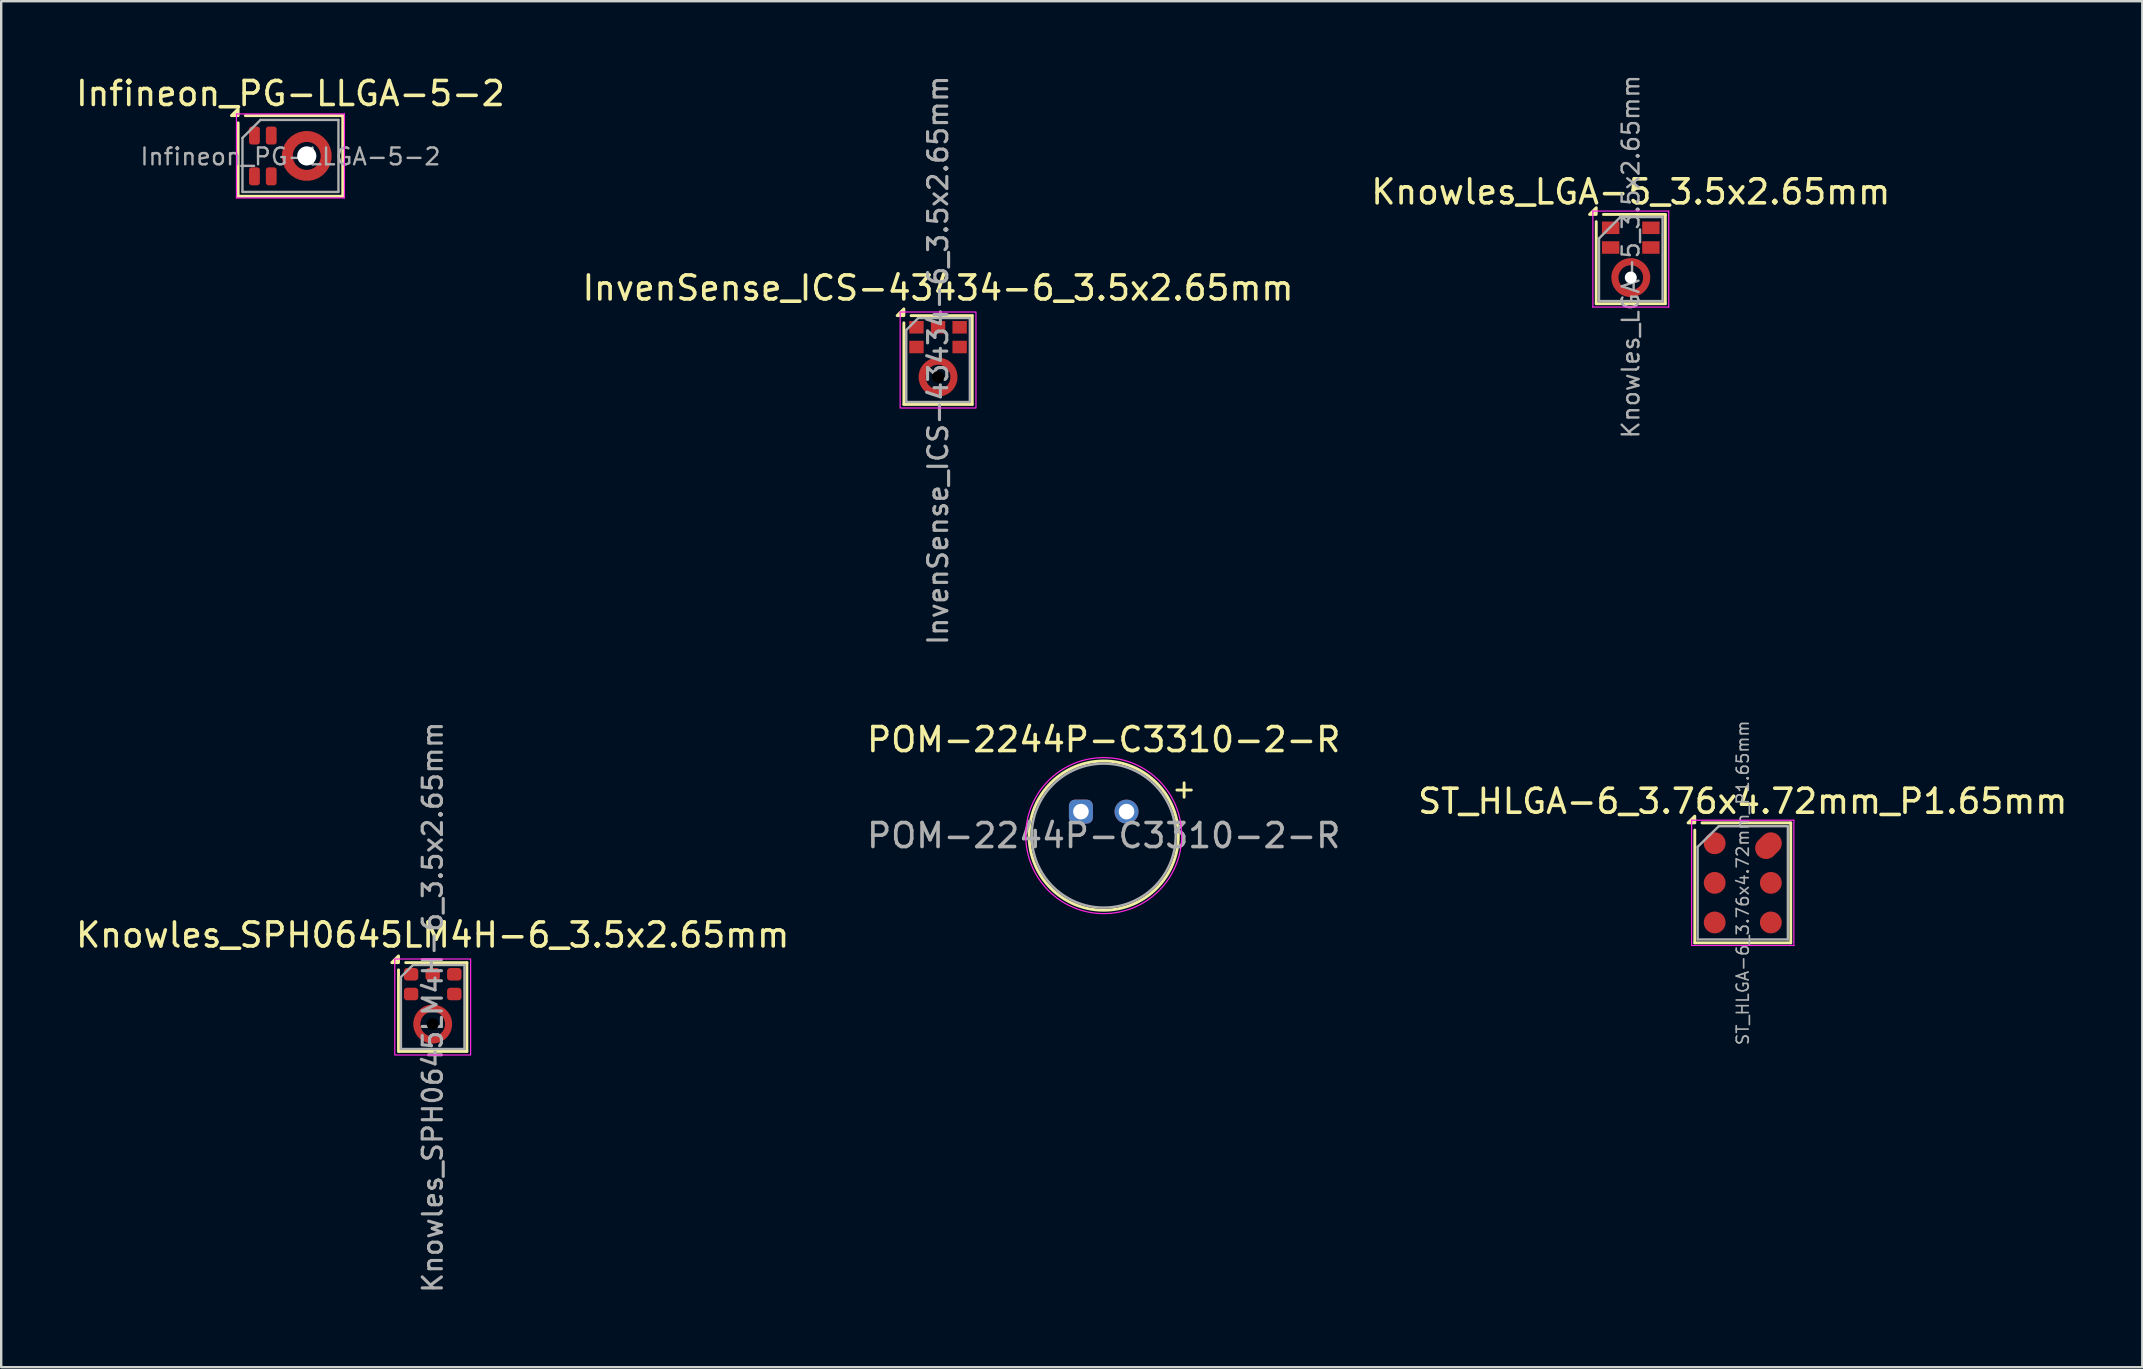
<source format=kicad_pcb>
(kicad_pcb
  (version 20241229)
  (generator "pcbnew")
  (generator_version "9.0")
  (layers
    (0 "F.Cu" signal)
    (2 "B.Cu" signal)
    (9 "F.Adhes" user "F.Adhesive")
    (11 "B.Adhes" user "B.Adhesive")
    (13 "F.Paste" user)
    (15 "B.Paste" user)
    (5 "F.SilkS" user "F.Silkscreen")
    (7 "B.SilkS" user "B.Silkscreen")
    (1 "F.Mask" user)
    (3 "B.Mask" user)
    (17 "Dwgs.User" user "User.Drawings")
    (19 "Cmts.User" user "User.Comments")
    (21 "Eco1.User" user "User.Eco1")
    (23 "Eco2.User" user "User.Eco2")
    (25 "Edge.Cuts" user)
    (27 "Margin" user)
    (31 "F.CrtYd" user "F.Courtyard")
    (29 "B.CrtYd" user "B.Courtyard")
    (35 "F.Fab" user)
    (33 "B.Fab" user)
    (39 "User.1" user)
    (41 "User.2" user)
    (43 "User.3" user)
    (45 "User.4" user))
  (footprint "InvenSense_ICS-43434-6_3.5x2.65mm"
    (layer "F.Cu")
    (at 36.042 11.953)
    (property "Reference" "InvenSense_ICS-43434-6_3.5x2.65mm" (at 0 -3 0) (unlocked yes) (layer "F.SilkS") (effects (font (size 1 1) (thickness 0.15))))
    (attr smd)
    (fp_line (start -1.425 1.85) (end -1.425 -1.55) (stroke (width 0.12) (type default)) (layer "F.SilkS"))
    (fp_line (start -1.125 -1.85) (end 1.425 -1.85) (stroke (width 0.12) (type default)) (layer "F.SilkS"))
    (fp_line (start 1.425 -1.85) (end 1.425 1.85) (stroke (width 0.12) (type default)) (layer "F.SilkS"))
    (fp_line (start 1.425 1.85) (end -1.425 1.85) (stroke (width 0.12) (type default)) (layer "F.SilkS"))
    (fp_poly (pts (xy -1.425 -1.85) (xy -1.705 -1.85) (xy -1.425 -2.13) (xy -1.425 -1.85)) (stroke (width 0.12) (type solid)) (fill yes) (layer "F.SilkS"))
    (fp_rect (start -1.15 -1.575) (end -0.65 -1.153) (stroke (width 0) (type solid)) (fill yes) (layer "F.Paste"))
    (fp_rect (start -0.65 -0.753) (end -1.15 -0.331) (stroke (width 0) (type solid)) (fill yes) (layer "F.Paste"))
    (fp_rect (start -0.25 -1.575) (end 0.25 -1.153) (stroke (width 0) (type solid)) (fill yes) (layer "F.Paste"))
    (fp_rect (start 0.65 -0.753) (end 1.15 -0.331) (stroke (width 0) (type solid)) (fill yes) (layer "F.Paste"))
    (fp_rect (start 1.15 -1.575) (end 0.65 -1.153) (stroke (width 0) (type solid)) (fill yes) (layer "F.Paste"))
    (fp_poly (pts (xy -0.811 0.66) (xy -0.783 0.494) (xy -0.723 0.338) (xy -0.631 0.198) (xy -0.512 0.079) (xy -0.372 -0.013) (xy -0.215 -0.073) (xy -0.05 -0.101) (xy -0.05 0.15) (xy -0.16 0.171) (xy -0.263 0.213) (xy -0.356 0.275) (xy -0.435 0.354) (xy -0.497 0.447) (xy -0.539 0.55) (xy -0.56 0.66)) (stroke (width 0) (type solid)) (fill yes) (layer "F.Paste"))
    (fp_poly (pts (xy -0.05 1.521) (xy -0.215 1.493) (xy -0.372 1.433) (xy -0.512 1.341) (xy -0.631 1.222) (xy -0.723 1.082) (xy -0.783 0.925) (xy -0.811 0.76) (xy -0.56 0.76) (xy -0.539 0.87) (xy -0.497 0.973) (xy -0.435 1.066) (xy -0.356 1.145) (xy -0.263 1.207) (xy -0.16 1.249) (xy -0.05 1.27)) (stroke (width 0) (type solid)) (fill yes) (layer "F.Paste"))
    (fp_poly (pts (xy 0.05 -0.101) (xy 0.215 -0.073) (xy 0.372 -0.013) (xy 0.512 0.079) (xy 0.631 0.198) (xy 0.723 0.338) (xy 0.783 0.494) (xy 0.811 0.66) (xy 0.56 0.66) (xy 0.539 0.55) (xy 0.497 0.447) (xy 0.435 0.354) (xy 0.356 0.275) (xy 0.263 0.213) (xy 0.16 0.171) (xy 0.05 0.15)) (stroke (width 0) (type solid)) (fill yes) (layer "F.Paste"))
    (fp_poly (pts (xy 0.811 0.76) (xy 0.783 0.925) (xy 0.723 1.082) (xy 0.631 1.222) (xy 0.512 1.341) (xy 0.372 1.433) (xy 0.215 1.493) (xy 0.05 1.521) (xy 0.05 1.27) (xy 0.16 1.249) (xy 0.263 1.207) (xy 0.356 1.145) (xy 0.435 1.066) (xy 0.497 0.973) (xy 0.539 0.87) (xy 0.56 0.76)) (stroke (width 0) (type solid)) (fill yes) (layer "F.Paste"))
    (fp_rect (start -1.58 -2) (end 1.58 2) (stroke (width 0.05) (type solid)) (fill no) (layer "F.CrtYd"))
    (fp_line (start -1.325 -1.25) (end -1.325 1.75) (stroke (width 0.1) (type solid)) (layer "F.Fab"))
    (fp_line (start -1.325 1.75) (end 1.325 1.75) (stroke (width 0.1) (type solid)) (layer "F.Fab"))
    (fp_line (start -0.825 -1.75) (end -1.325 -1.25) (stroke (width 0.1) (type solid)) (layer "F.Fab"))
    (fp_line (start 1.325 -1.75) (end -0.825 -1.75) (stroke (width 0.1) (type solid)) (layer "F.Fab"))
    (fp_line (start 1.325 1.75) (end 1.325 -1.75) (stroke (width 0.1) (type solid)) (layer "F.Fab"))
    (fp_text user "${REFERENCE}" (at 0 0.01 90) (unlocked yes) (layer "F.Fab") (effects (font (size 0.8 0.8) (thickness 0.13))))
    (pad "" np_thru_hole circle (at 0 0.71) (size 0.5 0.5) (drill 0.5) (layers "*.Mask"))
    (pad "1" smd rect (at -0.9 -1.364) (size 0.6 0.522) (layers "F.Cu" "F.Mask"))
    (pad "2" smd rect (at -0.9 -0.542) (size 0.6 0.522) (layers "F.Cu" "F.Mask"))
    (pad "3" smd custom (at 0.662 0.71 90) (size 0.3 0.3) (layers "F.Cu" "F.Mask") (options (anchor circle)) (primitives (gr_circle (center 0 -0.662) (end 0.662 -0.662) (width 0.3) (fill no))))
    (pad "4" smd rect (at 0.9 -0.542) (size 0.6 0.522) (layers "F.Cu" "F.Mask"))
    (pad "5" smd rect (at 0.9 -1.364) (size 0.6 0.522) (layers "F.Cu" "F.Mask"))
    (pad "6" smd rect (at 0 -1.364) (size 0.6 0.522) (layers "F.Cu" "F.Mask")))
  (footprint "ST_HLGA-6_3.76x4.72mm_P1.65mm"
    (layer "F.Cu")
    (at 69.577 33.742)
    (property "Reference" "ST_HLGA-6_3.76x4.72mm_P1.65mm" (at 0 -3.4 0) (layer "F.SilkS") (effects (font (size 1 1) (thickness 0.15))))
    (attr smd)
    (fp_line (start -2 -2.2) (end -2 2.5) (stroke (width 0.12) (type solid)) (layer "F.SilkS"))
    (fp_line (start 2 -2.5) (end -1.7 -2.5) (stroke (width 0.12) (type solid)) (layer "F.SilkS"))
    (fp_line (start 2 -2.5) (end 2 2.5) (stroke (width 0.12) (type solid)) (layer "F.SilkS"))
    (fp_line (start 2 2.5) (end -2 2.5) (stroke (width 0.12) (type solid)) (layer "F.SilkS"))
    (fp_poly (pts (xy -2 -2.5) (xy -2.28 -2.5) (xy -2 -2.78) (xy -2 -2.5)) (stroke (width 0.12) (type solid)) (fill yes) (layer "F.SilkS"))
    (fp_line (start -2.13 -2.61) (end 2.13 -2.61) (stroke (width 0.05) (type solid)) (layer "F.CrtYd"))
    (fp_line (start -2.13 2.61) (end -2.13 -2.61) (stroke (width 0.05) (type solid)) (layer "F.CrtYd"))
    (fp_line (start 2.13 -2.61) (end 2.13 2.61) (stroke (width 0.05) (type solid)) (layer "F.CrtYd"))
    (fp_line (start 2.13 2.61) (end -2.13 2.61) (stroke (width 0.05) (type solid)) (layer "F.CrtYd"))
    (fp_line (start -1.88 2.36) (end -1.88 -1.5) (stroke (width 0.1) (type solid)) (layer "F.Fab"))
    (fp_line (start -1 -2.36) (end -1.88 -1.5) (stroke (width 0.1) (type solid)) (layer "F.Fab"))
    (fp_line (start -1 -2.36) (end 1.88 -2.36) (stroke (width 0.1) (type solid)) (layer "F.Fab"))
    (fp_line (start 1.88 -2.36) (end 1.88 2.36) (stroke (width 0.1) (type solid)) (layer "F.Fab"))
    (fp_line (start 1.88 2.36) (end -1.88 2.36) (stroke (width 0.1) (type solid)) (layer "F.Fab"))
    (fp_text user "${REFERENCE}" (at 0 0 90) (layer "F.Fab") (effects (font (size 0.5 0.5) (thickness 0.07))))
    (pad "1" smd circle (at -1.17 -1.65) (size 0.91 0.91) (layers "F.Cu" "F.Mask" "F.Paste"))
    (pad "2" smd circle (at -1.17 0) (size 0.91 0.91) (layers "F.Cu" "F.Mask" "F.Paste"))
    (pad "3" smd circle (at -1.17 1.65) (size 0.91 0.91) (layers "F.Cu" "F.Mask" "F.Paste"))
    (pad "4" smd circle (at 1.17 1.65) (size 0.91 0.91) (layers "F.Cu" "F.Mask" "F.Paste"))
    (pad "5" smd circle (at 1.17 0) (size 0.91 0.91) (layers "F.Cu" "F.Mask" "F.Paste"))
    (pad "6" smd oval (at 1.17 -1.65 45) (size 1.193 0.91) (drill (offset -0.141 0)) (layers "F.Cu" "F.Mask" "F.Paste")))
  (footprint "POM-2244P-C3310-2-R"
    (layer "F.Cu")
    (at 41.996 30.773)
    (property "Reference" "POM-2244P-C3310-2-R" (at 0.95 -3 0) (layer "F.SilkS") (effects (font (size 1 1) (thickness 0.15))))
    (attr through_hole)
    (fp_line (start 4.3 -1.2) (end 4.3 -0.6) (stroke (width 0.12) (type default)) (layer "F.SilkS"))
    (fp_line (start 4.3 -0.9) (end 4 -0.9) (stroke (width 0.12) (type default)) (layer "F.SilkS"))
    (fp_line (start 4.3 -0.9) (end 4.6 -0.9) (stroke (width 0.12) (type default)) (layer "F.SilkS"))
    (fp_circle (center 0.95 1) (end 4.06 1) (stroke (width 0.12) (type default)) (fill no) (layer "F.SilkS"))
    (fp_circle (center 0.95 1) (end 4.2 1) (stroke (width 0.05) (type default)) (fill no) (layer "F.CrtYd"))
    (fp_circle (center 0.95 1) (end 0.95 -2) (stroke (width 0.1) (type default)) (fill no) (layer "F.Fab"))
    (fp_text user "${REFERENCE}" (at 0.95 1 0) (layer "F.Fab") (effects (font (size 1 1) (thickness 0.15))))
    (pad "1" thru_hole roundrect (at 0 0) (size 1 1) (drill 0.65) (layers "*.Cu" "*.Mask") (roundrect_rratio 0.25))
    (pad "2" thru_hole circle (at 1.9 0) (size 1 1) (drill 0.65) (layers "*.Cu" "*.Mask")))
  (footprint "Knowles_SPH0645LM4H-6_3.5x2.65mm"
    (layer "F.Cu")
    (at 14.982 38.916)
    (property "Reference" "Knowles_SPH0645LM4H-6_3.5x2.65mm" (at 0 -3 0) (unlocked yes) (layer "F.SilkS") (effects (font (size 1 1) (thickness 0.15))))
    (attr smd)
    (fp_line (start -1.425 1.85) (end -1.425 -1.55) (stroke (width 0.12) (type default)) (layer "F.SilkS"))
    (fp_line (start -1.125 -1.85) (end 1.425 -1.85) (stroke (width 0.12) (type default)) (layer "F.SilkS"))
    (fp_line (start 1.425 -1.85) (end 1.425 1.85) (stroke (width 0.12) (type default)) (layer "F.SilkS"))
    (fp_line (start 1.425 1.85) (end -1.425 1.85) (stroke (width 0.12) (type default)) (layer "F.SilkS"))
    (fp_poly (pts (xy -1.425 -1.85) (xy -1.705 -1.85) (xy -1.425 -2.13) (xy -1.425 -1.85)) (stroke (width 0.12) (type solid)) (fill yes) (layer "F.SilkS"))
    (fp_poly (pts (xy -0.641 1.209) (xy -0.723 1.08) (xy -0.78 0.937) (xy -0.809 0.787) (xy -0.809 0.633) (xy -0.78 0.483) (xy -0.723 0.34) (xy -0.641 0.211) (xy -0.426 0.425) (xy -0.468 0.501) (xy -0.496 0.582) (xy -0.511 0.667) (xy -0.511 0.753) (xy -0.496 0.838) (xy -0.468 0.919) (xy -0.426 0.995)) (stroke (width 0) (type solid)) (fill yes) (layer "F.Paste"))
    (fp_poly (pts (xy -0.499 0.069) (xy -0.37 -0.013) (xy -0.227 -0.07) (xy -0.077 -0.099) (xy 0.077 -0.099) (xy 0.227 -0.07) (xy 0.37 -0.013) (xy 0.499 0.069) (xy 0.285 0.284) (xy 0.209 0.242) (xy 0.128 0.214) (xy 0.043 0.199) (xy -0.043 0.199) (xy -0.128 0.214) (xy -0.209 0.242) (xy -0.285 0.284)) (stroke (width 0) (type solid)) (fill yes) (layer "F.Paste"))
    (fp_poly (pts (xy 0.499 1.351) (xy 0.37 1.433) (xy 0.227 1.49) (xy 0.077 1.519) (xy -0.077 1.519) (xy -0.227 1.49) (xy -0.37 1.433) (xy -0.499 1.351) (xy -0.285 1.136) (xy -0.209 1.178) (xy -0.128 1.206) (xy -0.043 1.221) (xy 0.043 1.221) (xy 0.128 1.206) (xy 0.209 1.178) (xy 0.285 1.136)) (stroke (width 0) (type solid)) (fill yes) (layer "F.Paste"))
    (fp_poly (pts (xy 0.641 0.211) (xy 0.723 0.34) (xy 0.78 0.483) (xy 0.809 0.633) (xy 0.809 0.787) (xy 0.78 0.937) (xy 0.723 1.08) (xy 0.641 1.209) (xy 0.426 0.995) (xy 0.468 0.919) (xy 0.496 0.838) (xy 0.511 0.753) (xy 0.511 0.667) (xy 0.496 0.582) (xy 0.468 0.501) (xy 0.426 0.425)) (stroke (width 0) (type solid)) (fill yes) (layer "F.Paste"))
    (fp_rect (start -1.58 -2) (end 1.58 2) (stroke (width 0.05) (type solid)) (fill no) (layer "F.CrtYd"))
    (fp_line (start -1.325 -1.25) (end -1.325 1.75) (stroke (width 0.1) (type solid)) (layer "F.Fab"))
    (fp_line (start -1.325 1.75) (end 1.325 1.75) (stroke (width 0.1) (type solid)) (layer "F.Fab"))
    (fp_line (start -0.825 -1.75) (end -1.325 -1.25) (stroke (width 0.1) (type solid)) (layer "F.Fab"))
    (fp_line (start 1.325 -1.75) (end -0.825 -1.75) (stroke (width 0.1) (type solid)) (layer "F.Fab"))
    (fp_line (start 1.325 1.75) (end 1.325 -1.75) (stroke (width 0.1) (type solid)) (layer "F.Fab"))
    (fp_text user "${REFERENCE}" (at 0 0.01 90) (unlocked yes) (layer "F.Fab") (effects (font (size 0.8 0.8) (thickness 0.13))))
    (pad "" np_thru_hole circle (at 0 0.71) (size 0.5 0.5) (drill 0.5) (layers "*.Mask"))
    (pad "1" smd roundrect (at -0.9 -1.364) (size 0.6 0.522) (layers "F.Cu" "F.Mask" "F.Paste") (roundrect_rratio 0.25))
    (pad "2" smd roundrect (at -0.9 -0.542) (size 0.6 0.522) (layers "F.Cu" "F.Mask" "F.Paste") (roundrect_rratio 0.25))
    (pad "3" smd custom (at 0.662 0.71 90) (size 0.3 0.3) (layers "F.Cu" "F.Mask") (options (anchor circle)) (primitives (gr_circle (center 0 -0.662) (end 0.662 -0.662) (width 0.3) (fill no))))
    (pad "4" smd roundrect (at 0.9 -0.542) (size 0.6 0.522) (layers "F.Cu" "F.Mask" "F.Paste") (roundrect_rratio 0.25))
    (pad "5" smd roundrect (at 0.9 -1.364) (size 0.6 0.522) (layers "F.Cu" "F.Mask" "F.Paste") (roundrect_rratio 0.25))
    (pad "6" smd roundrect (at 0 -1.364) (size 0.6 0.522) (layers "F.Cu" "F.Mask" "F.Paste") (roundrect_rratio 0.25)))
  (footprint "Knowles_LGA-5_3.5x2.65mm"
    (layer "F.Cu")
    (at 64.911 7.747)
    (property "Reference" "Knowles_LGA-5_3.5x2.65mm" (at 0 -2.8 0) (layer "F.SilkS") (effects (font (size 1 1) (thickness 0.15))))
    (attr smd)
    (fp_line (start -1.44 1.86) (end -1.44 -1.56) (stroke (width 0.12) (type solid)) (layer "F.SilkS"))
    (fp_line (start -1.14 -1.86) (end 1.44 -1.86) (stroke (width 0.12) (type solid)) (layer "F.SilkS"))
    (fp_line (start 1.44 -1.86) (end 1.44 1.86) (stroke (width 0.12) (type solid)) (layer "F.SilkS"))
    (fp_line (start 1.44 1.86) (end -1.44 1.86) (stroke (width 0.12) (type solid)) (layer "F.SilkS"))
    (fp_poly (pts (xy -1.44 -1.86) (xy -1.72 -1.86) (xy -1.44 -2.14) (xy -1.44 -1.86)) (stroke (width 0.12) (type solid)) (fill yes) (layer "F.SilkS"))
    (fp_arc (start -0.6 0.49) (mid -0.464769 0.298418) (end -0.271239 0.165989) (stroke (width 0.3) (type solid)) (layer "F.Paste"))
    (fp_arc (start -0.28 1.37) (mid -0.471582 1.234769) (end -0.604011 1.041239) (stroke (width 0.3) (type solid)) (layer "F.Paste"))
    (fp_arc (start 0.28 0.17) (mid 0.471401 0.305047) (end 0.603799 0.49829) (stroke (width 0.3) (type solid)) (layer "F.Paste"))
    (fp_arc (start 0.6 1.05) (mid 0.464769 1.241582) (end 0.271239 1.374011) (stroke (width 0.3) (type solid)) (layer "F.Paste"))
    (fp_line (start -1.58 -2) (end 1.58 -2) (stroke (width 0.05) (type solid)) (layer "F.CrtYd"))
    (fp_line (start -1.58 2) (end -1.58 -2) (stroke (width 0.05) (type solid)) (layer "F.CrtYd"))
    (fp_line (start 1.58 -2) (end 1.58 2) (stroke (width 0.05) (type solid)) (layer "F.CrtYd"))
    (fp_line (start 1.58 2) (end -1.58 2) (stroke (width 0.05) (type solid)) (layer "F.CrtYd"))
    (fp_line (start -1.325 1.75) (end -1.325 -0.86) (stroke (width 0.1) (type solid)) (layer "F.Fab"))
    (fp_line (start -0.435 -1.75) (end -1.325 -0.86) (stroke (width 0.1) (type solid)) (layer "F.Fab"))
    (fp_line (start 1.325 -1.75) (end -0.435 -1.75) (stroke (width 0.1) (type solid)) (layer "F.Fab"))
    (fp_line (start 1.325 -1.75) (end 1.325 1.75) (stroke (width 0.1) (type solid)) (layer "F.Fab"))
    (fp_line (start 1.325 1.75) (end -1.325 1.75) (stroke (width 0.1) (type solid)) (layer "F.Fab"))
    (fp_text user "${REFERENCE}" (at 0 -0.1 90) (layer "F.Fab") (effects (font (size 0.7 0.7) (thickness 0.1))))
    (pad "" np_thru_hole circle (at 0 0.77) (size 0.5 0.5) (drill 0.5) (layers "*.Cu" "*.Mask"))
    (pad "1" smd rect (at -0.838 -1.304) (size 0.725 0.522) (layers "F.Cu" "F.Mask" "F.Paste"))
    (pad "2" smd rect (at -0.838 -0.482) (size 0.725 0.522) (layers "F.Cu" "F.Mask" "F.Paste"))
    (pad "3" smd custom (at 0 1.433) (size 0.3 0.3) (layers "F.Cu" "F.Mask") (options (anchor circle)) (primitives (gr_circle (center 0 -0.662) (end 0.662 -0.662) (width 0.3) (fill no))))
    (pad "4" smd rect (at 0.838 -0.482) (size 0.725 0.522) (layers "F.Cu" "F.Mask" "F.Paste"))
    (pad "5" smd rect (at 0.838 -1.304) (size 0.725 0.522) (layers "F.Cu" "F.Mask" "F.Paste")))
  (footprint "Infineon_PG-LLGA-5-2"
    (layer "F.Cu")
    (at 9.054 3.448)
    (property "Reference" "Infineon_PG-LLGA-5-2" (at 0 -2.6 0) (layer "F.SilkS") (effects (font (size 1 1) (thickness 0.15))))
    (attr smd)
    (fp_line (start -2.18 -1.38) (end -2.18 1.68) (stroke (width 0.12) (type solid)) (layer "F.SilkS"))
    (fp_line (start -2.18 1.68) (end 2.18 1.68) (stroke (width 0.12) (type solid)) (layer "F.SilkS"))
    (fp_line (start -1.88 -1.68) (end 2.18 -1.68) (stroke (width 0.12) (type solid)) (layer "F.SilkS"))
    (fp_line (start 2.18 -1.68) (end 2.18 1.68) (stroke (width 0.12) (type solid)) (layer "F.SilkS"))
    (fp_poly (pts (xy -2.18 -1.68) (xy -2.46 -1.68) (xy -2.18 -1.96) (xy -2.18 -1.68)) (stroke (width 0.12) (type solid)) (fill yes) (layer "F.SilkS"))
    (fp_line (start -1.5 -0.75) (end -1.5 -0.95) (stroke (width 0.4) (type default)) (layer "F.Paste"))
    (fp_line (start -1.5 0.95) (end -1.5 0.75) (stroke (width 0.4) (type default)) (layer "F.Paste"))
    (fp_line (start -0.8 -0.75) (end -0.8 -0.95) (stroke (width 0.4) (type default)) (layer "F.Paste"))
    (fp_line (start -0.8 0.95) (end -0.8 0.75) (stroke (width 0.4) (type default)) (layer "F.Paste"))
    (fp_arc (start -0.103446 0.161902) (mid -0.12 0) (end -0.103446 -0.161902) (stroke (width 0.4) (type solid)) (layer "F.Paste"))
    (fp_arc (start 0.148065 -0.597533) (mid 0.28 -0.692821) (end 0.428489 -0.759435) (stroke (width 0.4) (type solid)) (layer "F.Paste"))
    (fp_arc (start 0.428489 0.759435) (mid 0.28 0.69282) (end 0.148065 0.597533) (stroke (width 0.4) (type solid)) (layer "F.Paste"))
    (fp_arc (start 0.931511 -0.759435) (mid 1.08 -0.69282) (end 1.211935 -0.597533) (stroke (width 0.4) (type solid)) (layer "F.Paste"))
    (fp_arc (start 1.211935 0.597533) (mid 1.08 0.69282) (end 0.931511 0.759435) (stroke (width 0.4) (type solid)) (layer "F.Paste"))
    (fp_arc (start 1.463446 -0.161902) (mid 1.48 0) (end 1.463446 0.161902) (stroke (width 0.4) (type solid)) (layer "F.Paste"))
    (fp_line (start -2.25 -1.75) (end 2.25 -1.75) (stroke (width 0.05) (type solid)) (layer "F.CrtYd"))
    (fp_line (start -2.25 1.75) (end -2.25 -1.75) (stroke (width 0.05) (type solid)) (layer "F.CrtYd"))
    (fp_line (start 2.25 -1.75) (end 2.25 1.75) (stroke (width 0.05) (type solid)) (layer "F.CrtYd"))
    (fp_line (start 2.25 1.75) (end -2.25 1.75) (stroke (width 0.05) (type solid)) (layer "F.CrtYd"))
    (fp_line (start -2 -0.75) (end -1.25 -1.5) (stroke (width 0.1) (type solid)) (layer "F.Fab"))
    (fp_line (start -2 1.5) (end -2 -0.75) (stroke (width 0.1) (type solid)) (layer "F.Fab"))
    (fp_line (start -2 1.5) (end 2 1.5) (stroke (width 0.1) (type solid)) (layer "F.Fab"))
    (fp_line (start 2 -1.5) (end -1.25 -1.5) (stroke (width 0.1) (type solid)) (layer "F.Fab"))
    (fp_line (start 2 1.5) (end 2 -1.5) (stroke (width 0.1) (type solid)) (layer "F.Fab"))
    (fp_text user "${REFERENCE}" (at 0 0.03 0) (layer "F.Fab") (effects (font (size 0.7 0.7) (thickness 0.1))))
    (pad "" np_thru_hole circle (at 0.68 0 90) (size 0.8 0.8) (drill 0.8) (layers "*.Cu" "*.Mask"))
    (pad "1" smd roundrect (at -1.5 -0.85 270) (size 0.75 0.45) (layers "F.Cu" "F.Mask") (roundrect_rratio 0.25))
    (pad "2" smd roundrect (at -0.8 -0.85 270) (size 0.75 0.45) (layers "F.Cu" "F.Mask") (roundrect_rratio 0.25))
    (pad "3" smd roundrect (at -1.5 0.85 270) (size 0.75 0.45) (layers "F.Cu" "F.Mask") (roundrect_rratio 0.25))
    (pad "4" smd roundrect (at -0.8 0.85 270) (size 0.75 0.45) (layers "F.Cu" "F.Mask") (roundrect_rratio 0.25))
    (pad "5" smd custom (at -0.13 0 270) (size 0.46 0.46) (layers "F.Cu" "F.Mask") (options (anchor circle)) (primitives (gr_circle (center 0 -0.81) (end 0.81 -0.81) (width 0.46) (fill no)))))
  (gr_rect
    (start -3 -3)
    (end 86.226 53.927)
    (stroke (width 0.1) (type default))
    (fill no)
    (layer "Edge.Cuts")))
</source>
